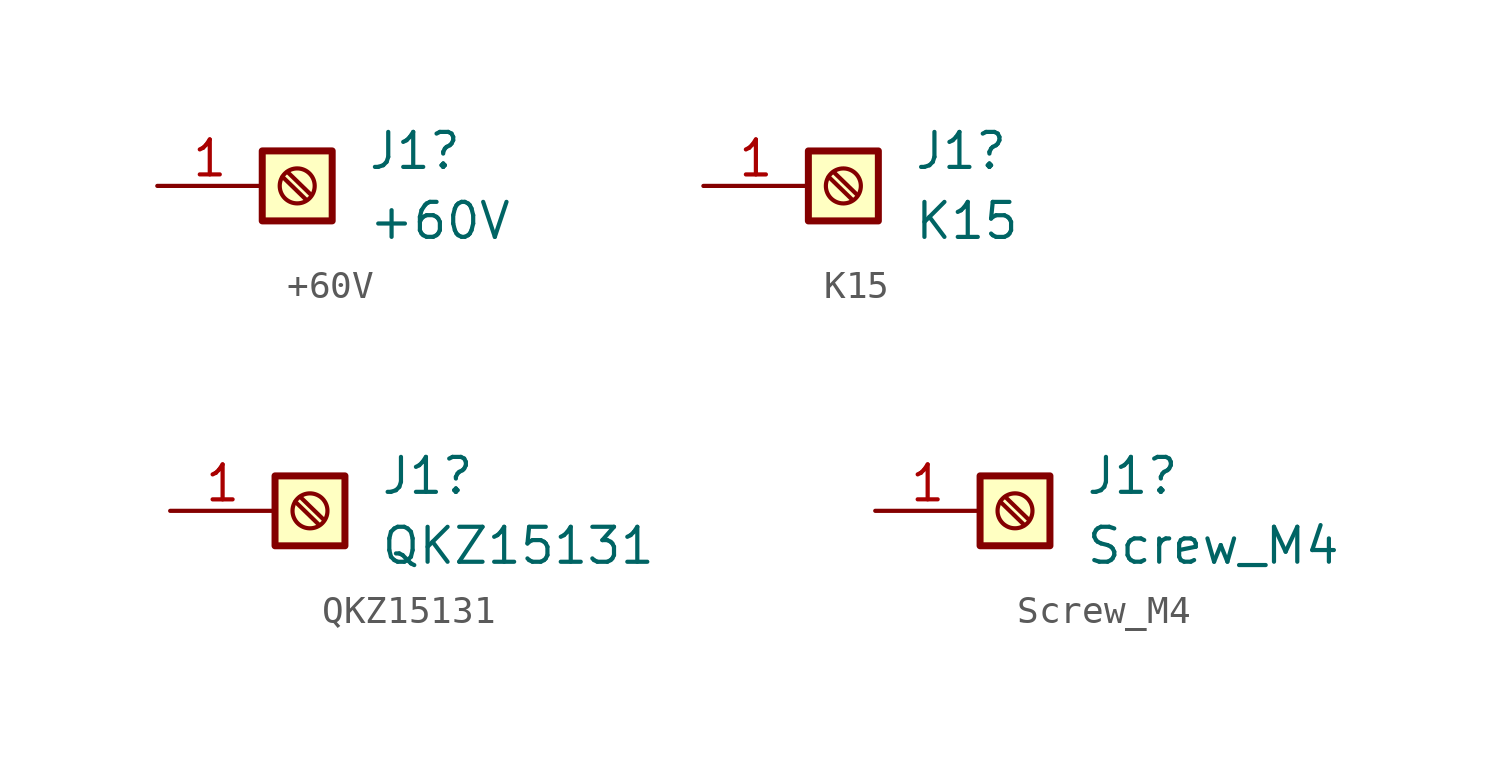
<source format=kicad_sym>
(kicad_symbol_lib
  (version 20211014)
  (generator kicad_symbol_editor)
  (symbol "+60V"
    (pin_names
      (offset 1.016) hide)
    (property "Reference" "J1"
      (at 2.54 1.27 0)
      (effects (font (size 1.27 1.27)) (justify left)))
    (property "Value" "+60V"
      (at 2.54 -1.27 0)
      (effects (font (size 1.27 1.27)) (justify left)))
    (symbol "+60V_1_1"
      (rectangle (start -1.27 1.27) (end 1.27 -1.27) (stroke (width 0.254) (type default) (color 0 0 0 0)) (fill (type background)))
      (polyline (pts (xy -0.533 0.33) (xy 0.33 -0.508)) (stroke (width 0.152) (type default) (color 0 0 0 0)) (fill (type none)))
      (polyline (pts (xy -0.356 0.508) (xy 0.508 -0.33)) (stroke (width 0.152) (type default) (color 0 0 0 0)) (fill (type none)))
      (circle (center 0 0) (radius 0.635) (stroke (width 0.152) (type default) (color 0 0 0 0)) (fill (type none)))
      (pin passive line (at -5.08 0 0) (length 3.81) (name "Pin_1" (effects (font (size 1.27 1.27)))) (number "1" (effects (font (size 1.27 1.27)))))))
  (symbol "K15"
    (pin_names
      (offset 1.016) hide)
    (property "Reference" "J1"
      (at 2.54 1.27 0)
      (effects (font (size 1.27 1.27)) (justify left)))
    (property "Value" "K15"
      (at 2.54 -1.27 0)
      (effects (font (size 1.27 1.27)) (justify left)))
    (symbol "K15_1_1"
      (rectangle (start -1.27 1.27) (end 1.27 -1.27) (stroke (width 0.254) (type default) (color 0 0 0 0)) (fill (type background)))
      (polyline (pts (xy -0.533 0.33) (xy 0.33 -0.508)) (stroke (width 0.152) (type default) (color 0 0 0 0)) (fill (type none)))
      (polyline (pts (xy -0.356 0.508) (xy 0.508 -0.33)) (stroke (width 0.152) (type default) (color 0 0 0 0)) (fill (type none)))
      (circle (center 0 0) (radius 0.635) (stroke (width 0.152) (type default) (color 0 0 0 0)) (fill (type none)))
      (pin passive line (at -5.08 0 0) (length 3.81) (name "Pin_1" (effects (font (size 1.27 1.27)))) (number "1" (effects (font (size 1.27 1.27)))))))
  (symbol "QKZ15131"
    (pin_names
      (offset 1.016) hide)
    (property "Reference" "J1"
      (at 2.54 1.27 0)
      (effects (font (size 1.27 1.27)) (justify left)))
    (property "Value" "QKZ15131"
      (at 2.54 -1.27 0)
      (effects (font (size 1.27 1.27)) (justify left)))
    (symbol "QKZ15131_1_1"
      (rectangle (start -1.27 1.27) (end 1.27 -1.27) (stroke (width 0.254) (type default) (color 0 0 0 0)) (fill (type background)))
      (polyline (pts (xy -0.533 0.33) (xy 0.33 -0.508)) (stroke (width 0.152) (type default) (color 0 0 0 0)) (fill (type none)))
      (polyline (pts (xy -0.356 0.508) (xy 0.508 -0.33)) (stroke (width 0.152) (type default) (color 0 0 0 0)) (fill (type none)))
      (circle (center 0 0) (radius 0.635) (stroke (width 0.152) (type default) (color 0 0 0 0)) (fill (type none)))
      (pin passive line (at -5.08 0 0) (length 3.81) (name "Pin_1" (effects (font (size 1.27 1.27)))) (number "1" (effects (font (size 1.27 1.27)))))))
  (symbol "Screw_M4"
    (pin_names
      (offset 1.016) hide)
    (property "Reference" "J1"
      (at 2.54 1.27 0)
      (effects (font (size 1.27 1.27)) (justify left)))
    (property "Value" "Screw_M4"
      (at 2.54 -1.27 0)
      (effects (font (size 1.27 1.27)) (justify left)))
    (symbol "Screw_M4_1_1"
      (rectangle (start -1.27 1.27) (end 1.27 -1.27) (stroke (width 0.254) (type default) (color 0 0 0 0)) (fill (type background)))
      (polyline (pts (xy -0.533 0.33) (xy 0.33 -0.508)) (stroke (width 0.152) (type default) (color 0 0 0 0)) (fill (type none)))
      (polyline (pts (xy -0.356 0.508) (xy 0.508 -0.33)) (stroke (width 0.152) (type default) (color 0 0 0 0)) (fill (type none)))
      (circle (center 0 0) (radius 0.635) (stroke (width 0.152) (type default) (color 0 0 0 0)) (fill (type none)))
      (pin bidirectional line (at -5.08 0 0) (length 3.81) (name "Pin_1" (effects (font (size 1.27 1.27)))) (number "1" (effects (font (size 1.27 1.27))))))))
</source>
